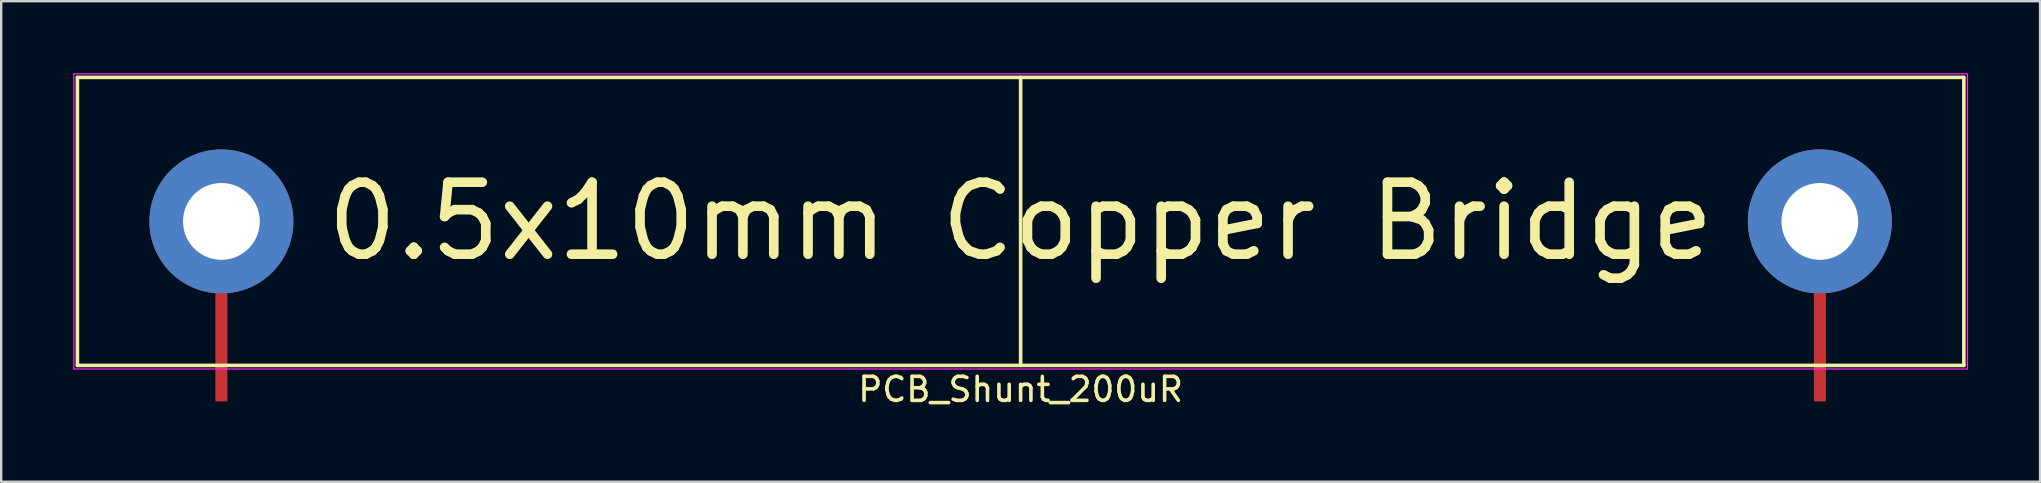
<source format=kicad_pcb>
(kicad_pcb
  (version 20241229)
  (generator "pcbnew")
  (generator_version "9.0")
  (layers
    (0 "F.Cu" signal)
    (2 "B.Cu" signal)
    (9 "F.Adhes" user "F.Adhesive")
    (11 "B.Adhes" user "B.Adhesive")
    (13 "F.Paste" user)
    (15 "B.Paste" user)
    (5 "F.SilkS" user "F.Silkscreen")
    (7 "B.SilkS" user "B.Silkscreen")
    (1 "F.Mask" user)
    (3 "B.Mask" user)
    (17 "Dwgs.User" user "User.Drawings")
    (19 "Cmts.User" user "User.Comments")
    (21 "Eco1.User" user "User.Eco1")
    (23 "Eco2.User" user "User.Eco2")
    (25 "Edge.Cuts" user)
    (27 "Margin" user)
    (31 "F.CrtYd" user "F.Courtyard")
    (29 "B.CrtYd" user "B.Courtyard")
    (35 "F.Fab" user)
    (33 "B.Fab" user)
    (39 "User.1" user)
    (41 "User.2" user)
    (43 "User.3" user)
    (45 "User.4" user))
  (footprint "PCB_Shunt_200uR"
    (layer "F.Cu")
    (at 39.475 6.175)
    (property "Reference" "PCB_Shunt_200uR" (at 0 7 0) (layer "F.SilkS") (effects (font (size 1 1) (thickness 0.15))))
    (attr through_hole)
    (fp_line (start -39.3 -6) (end 39.3 -6) (stroke (width 0.15) (type solid)) (layer "F.SilkS"))
    (fp_line (start -39.3 6) (end -39.3 -6) (stroke (width 0.15) (type solid)) (layer "F.SilkS"))
    (fp_line (start 0 -6) (end 0 6) (stroke (width 0.15) (type solid)) (layer "F.SilkS"))
    (fp_line (start 39.3 -6) (end 39.3 6) (stroke (width 0.15) (type solid)) (layer "F.SilkS"))
    (fp_line (start 39.3 6) (end -39.3 6) (stroke (width 0.15) (type solid)) (layer "F.SilkS"))
    (fp_line (start -39.45 -6.15) (end 39.45 -6.15) (stroke (width 0.05) (type solid)) (layer "F.CrtYd"))
    (fp_line (start -39.45 6.15) (end -39.45 -6.15) (stroke (width 0.05) (type solid)) (layer "F.CrtYd"))
    (fp_line (start 39.45 -6.15) (end 39.45 6.15) (stroke (width 0.05) (type solid)) (layer "F.CrtYd"))
    (fp_line (start 39.45 6.15) (end -39.45 6.15) (stroke (width 0.05) (type solid)) (layer "F.CrtYd"))
    (fp_text user "0.5x10mm Copper Bridge" (at 0 0 0) (layer "F.SilkS") (effects (font (size 3 3) (thickness 0.4))))
    (pad "1" thru_hole circle (at -33.3 0) (size 6 6) (drill 3.2) (layers "*.Cu" "*.Mask"))
    (pad "2" smd rect (at -33.3 5) (size 0.5 5) (layers "F.Cu" "F.Mask" "F.Paste"))
    (pad "3" smd rect (at 33.3 5) (size 0.5 5) (layers "F.Cu" "F.Mask" "F.Paste"))
    (pad "4" thru_hole circle (at 33.3 0) (size 6 6) (drill 3.2) (layers "*.Cu" "*.Mask")))
  (gr_rect
    (start -3 -3)
    (end 81.95 17.023)
    (stroke (width 0.1) (type default))
    (fill no)
    (layer "Edge.Cuts")))
</source>
